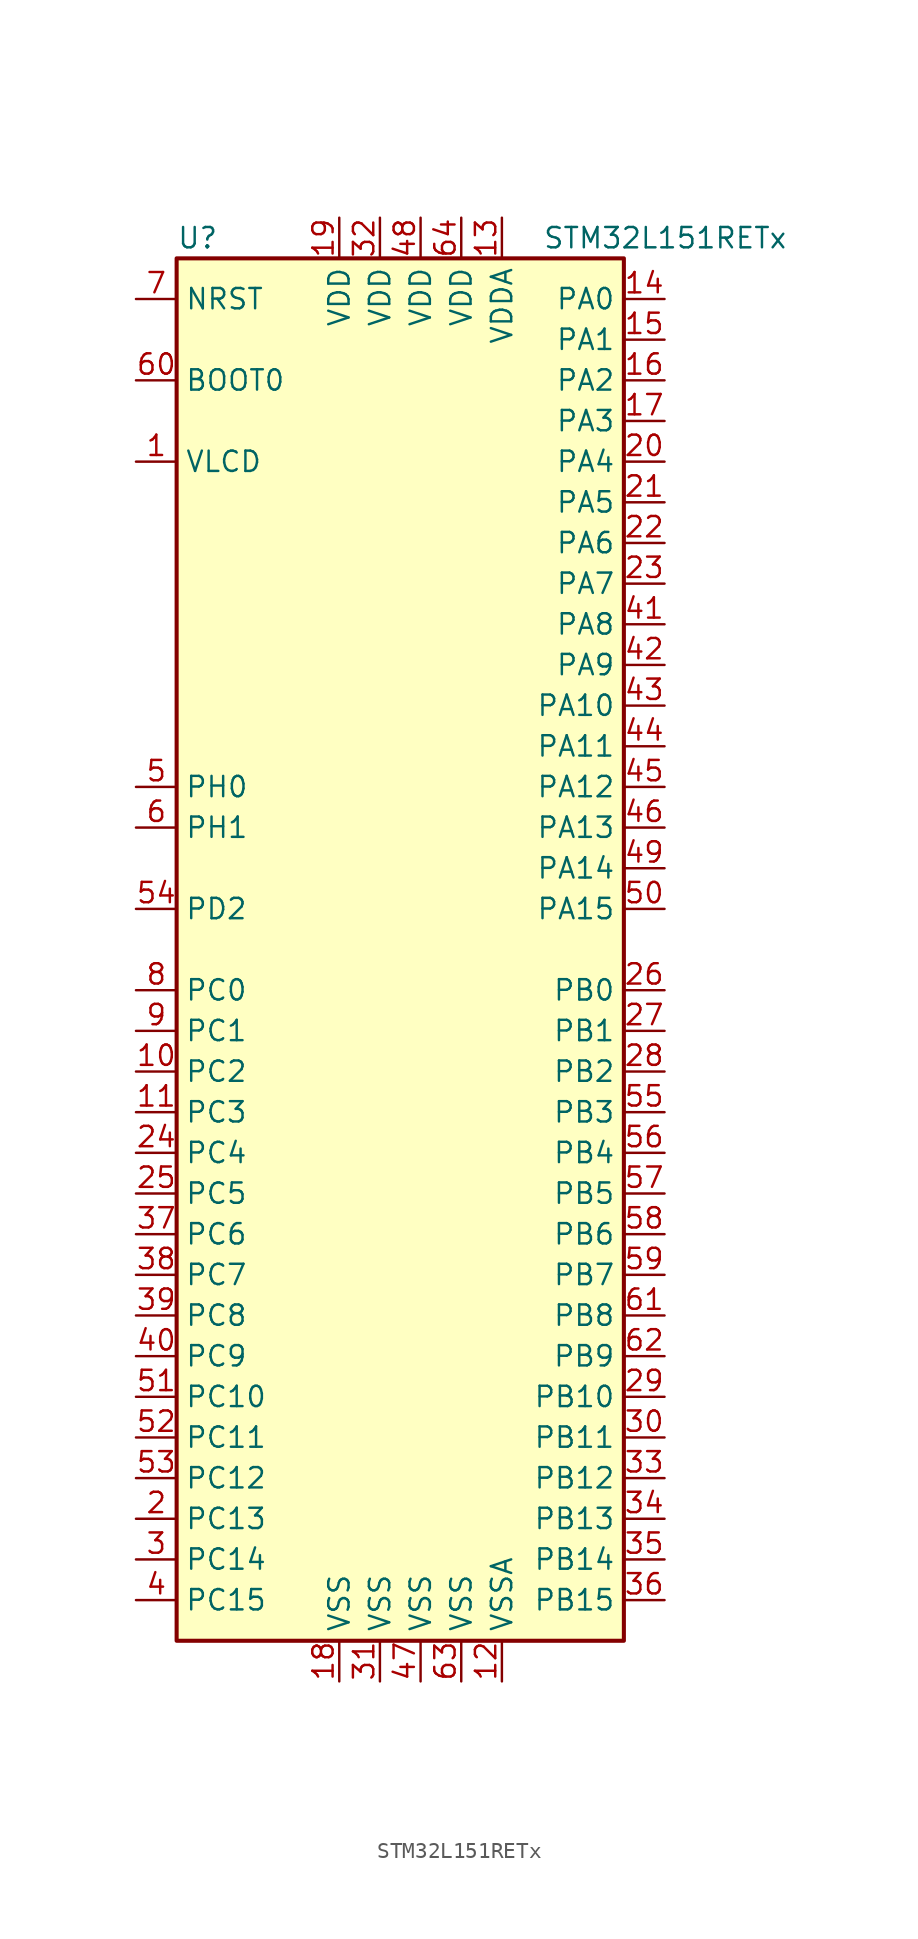
<source format=kicad_sym>
(kicad_symbol_lib
  (version 20211014)
  (generator kicad_symbol_editor)
  (symbol "STM32L151RETx"
    (property "Reference" "U"
      (at -15.24 44.45 0)
      (effects (font (size 1.27 1.27)) (justify left)))
    (property "Value" "STM32L151RETx"
      (at 7.62 44.45 0)
      (effects (font (size 1.27 1.27)) (justify left)))
    (symbol "STM32L151RETx_0_1"
      (rectangle (start -15.24 -43.18) (end 12.7 43.18) (stroke (width 0.254) (type default) (color 0 0 0 0)) (fill (type background))))
    (symbol "STM32L151RETx_1_1"
      (pin power_in line (at -17.78 30.48 0) (length 2.54) (name "VLCD" (effects (font (size 1.27 1.27)))) (number "1" (effects (font (size 1.27 1.27)))))
      (pin bidirectional line (at -17.78 -7.62 0) (length 2.54) (name "PC2" (effects (font (size 1.27 1.27)))) (number "10" (effects (font (size 1.27 1.27)))))
      (pin bidirectional line (at -17.78 -10.16 0) (length 2.54) (name "PC3" (effects (font (size 1.27 1.27)))) (number "11" (effects (font (size 1.27 1.27)))))
      (pin power_in line (at 5.08 -45.72 90) (length 2.54) (name "VSSA" (effects (font (size 1.27 1.27)))) (number "12" (effects (font (size 1.27 1.27)))))
      (pin power_in line (at 5.08 45.72 270) (length 2.54) (name "VDDA" (effects (font (size 1.27 1.27)))) (number "13" (effects (font (size 1.27 1.27)))))
      (pin bidirectional line (at 15.24 40.64 180) (length 2.54) (name "PA0" (effects (font (size 1.27 1.27)))) (number "14" (effects (font (size 1.27 1.27)))))
      (pin bidirectional line (at 15.24 38.1 180) (length 2.54) (name "PA1" (effects (font (size 1.27 1.27)))) (number "15" (effects (font (size 1.27 1.27)))))
      (pin bidirectional line (at 15.24 35.56 180) (length 2.54) (name "PA2" (effects (font (size 1.27 1.27)))) (number "16" (effects (font (size 1.27 1.27)))))
      (pin bidirectional line (at 15.24 33.02 180) (length 2.54) (name "PA3" (effects (font (size 1.27 1.27)))) (number "17" (effects (font (size 1.27 1.27)))))
      (pin power_in line (at -5.08 -45.72 90) (length 2.54) (name "VSS" (effects (font (size 1.27 1.27)))) (number "18" (effects (font (size 1.27 1.27)))))
      (pin power_in line (at -5.08 45.72 270) (length 2.54) (name "VDD" (effects (font (size 1.27 1.27)))) (number "19" (effects (font (size 1.27 1.27)))))
      (pin bidirectional line (at -17.78 -35.56 0) (length 2.54) (name "PC13" (effects (font (size 1.27 1.27)))) (number "2" (effects (font (size 1.27 1.27)))))
      (pin bidirectional line (at 15.24 30.48 180) (length 2.54) (name "PA4" (effects (font (size 1.27 1.27)))) (number "20" (effects (font (size 1.27 1.27)))))
      (pin bidirectional line (at 15.24 27.94 180) (length 2.54) (name "PA5" (effects (font (size 1.27 1.27)))) (number "21" (effects (font (size 1.27 1.27)))))
      (pin bidirectional line (at 15.24 25.4 180) (length 2.54) (name "PA6" (effects (font (size 1.27 1.27)))) (number "22" (effects (font (size 1.27 1.27)))))
      (pin bidirectional line (at 15.24 22.86 180) (length 2.54) (name "PA7" (effects (font (size 1.27 1.27)))) (number "23" (effects (font (size 1.27 1.27)))))
      (pin bidirectional line (at -17.78 -12.7 0) (length 2.54) (name "PC4" (effects (font (size 1.27 1.27)))) (number "24" (effects (font (size 1.27 1.27)))))
      (pin bidirectional line (at -17.78 -15.24 0) (length 2.54) (name "PC5" (effects (font (size 1.27 1.27)))) (number "25" (effects (font (size 1.27 1.27)))))
      (pin bidirectional line (at 15.24 -2.54 180) (length 2.54) (name "PB0" (effects (font (size 1.27 1.27)))) (number "26" (effects (font (size 1.27 1.27)))))
      (pin bidirectional line (at 15.24 -5.08 180) (length 2.54) (name "PB1" (effects (font (size 1.27 1.27)))) (number "27" (effects (font (size 1.27 1.27)))))
      (pin bidirectional line (at 15.24 -7.62 180) (length 2.54) (name "PB2" (effects (font (size 1.27 1.27)))) (number "28" (effects (font (size 1.27 1.27)))))
      (pin bidirectional line (at 15.24 -27.94 180) (length 2.54) (name "PB10" (effects (font (size 1.27 1.27)))) (number "29" (effects (font (size 1.27 1.27)))))
      (pin bidirectional line (at -17.78 -38.1 0) (length 2.54) (name "PC14" (effects (font (size 1.27 1.27)))) (number "3" (effects (font (size 1.27 1.27)))))
      (pin bidirectional line (at 15.24 -30.48 180) (length 2.54) (name "PB11" (effects (font (size 1.27 1.27)))) (number "30" (effects (font (size 1.27 1.27)))))
      (pin power_in line (at -2.54 -45.72 90) (length 2.54) (name "VSS" (effects (font (size 1.27 1.27)))) (number "31" (effects (font (size 1.27 1.27)))))
      (pin power_in line (at -2.54 45.72 270) (length 2.54) (name "VDD" (effects (font (size 1.27 1.27)))) (number "32" (effects (font (size 1.27 1.27)))))
      (pin bidirectional line (at 15.24 -33.02 180) (length 2.54) (name "PB12" (effects (font (size 1.27 1.27)))) (number "33" (effects (font (size 1.27 1.27)))))
      (pin bidirectional line (at 15.24 -35.56 180) (length 2.54) (name "PB13" (effects (font (size 1.27 1.27)))) (number "34" (effects (font (size 1.27 1.27)))))
      (pin bidirectional line (at 15.24 -38.1 180) (length 2.54) (name "PB14" (effects (font (size 1.27 1.27)))) (number "35" (effects (font (size 1.27 1.27)))))
      (pin bidirectional line (at 15.24 -40.64 180) (length 2.54) (name "PB15" (effects (font (size 1.27 1.27)))) (number "36" (effects (font (size 1.27 1.27)))))
      (pin bidirectional line (at -17.78 -17.78 0) (length 2.54) (name "PC6" (effects (font (size 1.27 1.27)))) (number "37" (effects (font (size 1.27 1.27)))))
      (pin bidirectional line (at -17.78 -20.32 0) (length 2.54) (name "PC7" (effects (font (size 1.27 1.27)))) (number "38" (effects (font (size 1.27 1.27)))))
      (pin bidirectional line (at -17.78 -22.86 0) (length 2.54) (name "PC8" (effects (font (size 1.27 1.27)))) (number "39" (effects (font (size 1.27 1.27)))))
      (pin bidirectional line (at -17.78 -40.64 0) (length 2.54) (name "PC15" (effects (font (size 1.27 1.27)))) (number "4" (effects (font (size 1.27 1.27)))))
      (pin bidirectional line (at -17.78 -25.4 0) (length 2.54) (name "PC9" (effects (font (size 1.27 1.27)))) (number "40" (effects (font (size 1.27 1.27)))))
      (pin bidirectional line (at 15.24 20.32 180) (length 2.54) (name "PA8" (effects (font (size 1.27 1.27)))) (number "41" (effects (font (size 1.27 1.27)))))
      (pin bidirectional line (at 15.24 17.78 180) (length 2.54) (name "PA9" (effects (font (size 1.27 1.27)))) (number "42" (effects (font (size 1.27 1.27)))))
      (pin bidirectional line (at 15.24 15.24 180) (length 2.54) (name "PA10" (effects (font (size 1.27 1.27)))) (number "43" (effects (font (size 1.27 1.27)))))
      (pin bidirectional line (at 15.24 12.7 180) (length 2.54) (name "PA11" (effects (font (size 1.27 1.27)))) (number "44" (effects (font (size 1.27 1.27)))))
      (pin bidirectional line (at 15.24 10.16 180) (length 2.54) (name "PA12" (effects (font (size 1.27 1.27)))) (number "45" (effects (font (size 1.27 1.27)))))
      (pin bidirectional line (at 15.24 7.62 180) (length 2.54) (name "PA13" (effects (font (size 1.27 1.27)))) (number "46" (effects (font (size 1.27 1.27)))))
      (pin power_in line (at 0 -45.72 90) (length 2.54) (name "VSS" (effects (font (size 1.27 1.27)))) (number "47" (effects (font (size 1.27 1.27)))))
      (pin power_in line (at 0 45.72 270) (length 2.54) (name "VDD" (effects (font (size 1.27 1.27)))) (number "48" (effects (font (size 1.27 1.27)))))
      (pin bidirectional line (at 15.24 5.08 180) (length 2.54) (name "PA14" (effects (font (size 1.27 1.27)))) (number "49" (effects (font (size 1.27 1.27)))))
      (pin input line (at -17.78 10.16 0) (length 2.54) (name "PH0" (effects (font (size 1.27 1.27)))) (number "5" (effects (font (size 1.27 1.27)))))
      (pin bidirectional line (at 15.24 2.54 180) (length 2.54) (name "PA15" (effects (font (size 1.27 1.27)))) (number "50" (effects (font (size 1.27 1.27)))))
      (pin bidirectional line (at -17.78 -27.94 0) (length 2.54) (name "PC10" (effects (font (size 1.27 1.27)))) (number "51" (effects (font (size 1.27 1.27)))))
      (pin bidirectional line (at -17.78 -30.48 0) (length 2.54) (name "PC11" (effects (font (size 1.27 1.27)))) (number "52" (effects (font (size 1.27 1.27)))))
      (pin bidirectional line (at -17.78 -33.02 0) (length 2.54) (name "PC12" (effects (font (size 1.27 1.27)))) (number "53" (effects (font (size 1.27 1.27)))))
      (pin bidirectional line (at -17.78 2.54 0) (length 2.54) (name "PD2" (effects (font (size 1.27 1.27)))) (number "54" (effects (font (size 1.27 1.27)))))
      (pin bidirectional line (at 15.24 -10.16 180) (length 2.54) (name "PB3" (effects (font (size 1.27 1.27)))) (number "55" (effects (font (size 1.27 1.27)))))
      (pin bidirectional line (at 15.24 -12.7 180) (length 2.54) (name "PB4" (effects (font (size 1.27 1.27)))) (number "56" (effects (font (size 1.27 1.27)))))
      (pin bidirectional line (at 15.24 -15.24 180) (length 2.54) (name "PB5" (effects (font (size 1.27 1.27)))) (number "57" (effects (font (size 1.27 1.27)))))
      (pin bidirectional line (at 15.24 -17.78 180) (length 2.54) (name "PB6" (effects (font (size 1.27 1.27)))) (number "58" (effects (font (size 1.27 1.27)))))
      (pin bidirectional line (at 15.24 -20.32 180) (length 2.54) (name "PB7" (effects (font (size 1.27 1.27)))) (number "59" (effects (font (size 1.27 1.27)))))
      (pin input line (at -17.78 7.62 0) (length 2.54) (name "PH1" (effects (font (size 1.27 1.27)))) (number "6" (effects (font (size 1.27 1.27)))))
      (pin input line (at -17.78 35.56 0) (length 2.54) (name "BOOT0" (effects (font (size 1.27 1.27)))) (number "60" (effects (font (size 1.27 1.27)))))
      (pin bidirectional line (at 15.24 -22.86 180) (length 2.54) (name "PB8" (effects (font (size 1.27 1.27)))) (number "61" (effects (font (size 1.27 1.27)))))
      (pin bidirectional line (at 15.24 -25.4 180) (length 2.54) (name "PB9" (effects (font (size 1.27 1.27)))) (number "62" (effects (font (size 1.27 1.27)))))
      (pin power_in line (at 2.54 -45.72 90) (length 2.54) (name "VSS" (effects (font (size 1.27 1.27)))) (number "63" (effects (font (size 1.27 1.27)))))
      (pin power_in line (at 2.54 45.72 270) (length 2.54) (name "VDD" (effects (font (size 1.27 1.27)))) (number "64" (effects (font (size 1.27 1.27)))))
      (pin input line (at -17.78 40.64 0) (length 2.54) (name "NRST" (effects (font (size 1.27 1.27)))) (number "7" (effects (font (size 1.27 1.27)))))
      (pin bidirectional line (at -17.78 -2.54 0) (length 2.54) (name "PC0" (effects (font (size 1.27 1.27)))) (number "8" (effects (font (size 1.27 1.27)))))
      (pin bidirectional line (at -17.78 -5.08 0) (length 2.54) (name "PC1" (effects (font (size 1.27 1.27)))) (number "9" (effects (font (size 1.27 1.27))))))))
</source>
